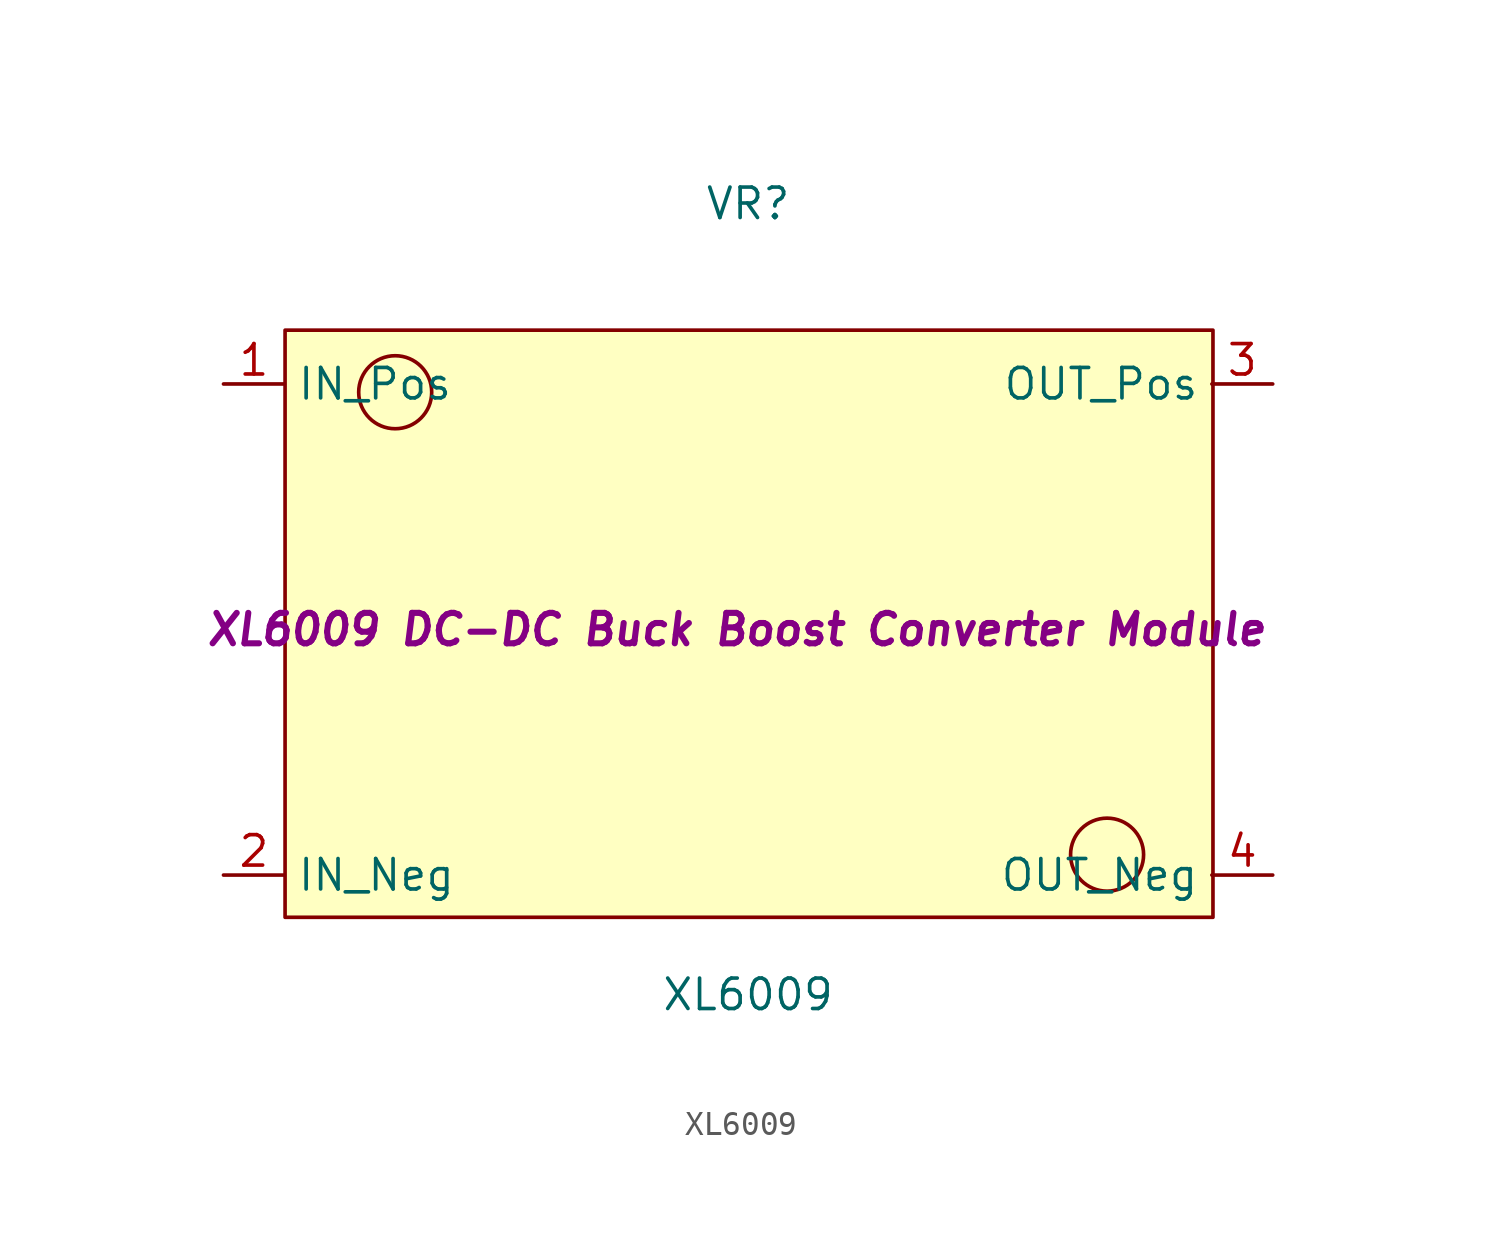
<source format=kicad_sym>
(kicad_symbol_lib
  (version 20211014)
  (generator kicad_symbol_editor)
  (symbol "XL6009 "
    (property "Reference" "VR"
      (at 0 17.78 0)
      (effects (font (size 1.27 1.27))))
    (property "Value" "XL6009 "
      (at 0 -15.24 0)
      (effects (font (size 1.27 1.27))))
    (property "Name" "XL6009 DC-DC Buck Boost Converter Module "
      (at 0 0 0)
      (effects (font (size 1.27 1.27) bold italic)))
    (symbol "XL6009 _0_1"
      (rectangle (start -19.329 12.497) (end 19.406 -12.014) (stroke (width 0) (type default) (color 0 0 0 0)) (fill (type background)))
      (circle (center -14.732 9.906) (radius 1.524) (stroke (width 0) (type default) (color 0 0 0 0)) (fill (type none)))
      (circle (center 14.986 -9.398) (radius 1.524) (stroke (width 0) (type default) (color 0 0 0 0)) (fill (type none))))
    (symbol "XL6009 _1_1"
      (pin power_in line (at -21.9 10.25 0) (length 2.54) (name "IN_Pos" (effects (font (size 1.27 1.27)))) (number "1" (effects (font (size 1.27 1.27)))))
      (pin power_in line (at -21.9 -10.25 0) (length 2.54) (name "IN_Neg" (effects (font (size 1.27 1.27)))) (number "2" (effects (font (size 1.27 1.27)))))
      (pin power_out line (at 21.9 10.25 180) (length 2.54) (name "OUT_Pos" (effects (font (size 1.27 1.27)))) (number "3" (effects (font (size 1.27 1.27)))))
      (pin power_out line (at 21.9 -10.25 180) (length 2.54) (name "OUT_Neg" (effects (font (size 1.27 1.27)))) (number "4" (effects (font (size 1.27 1.27))))))))
</source>
